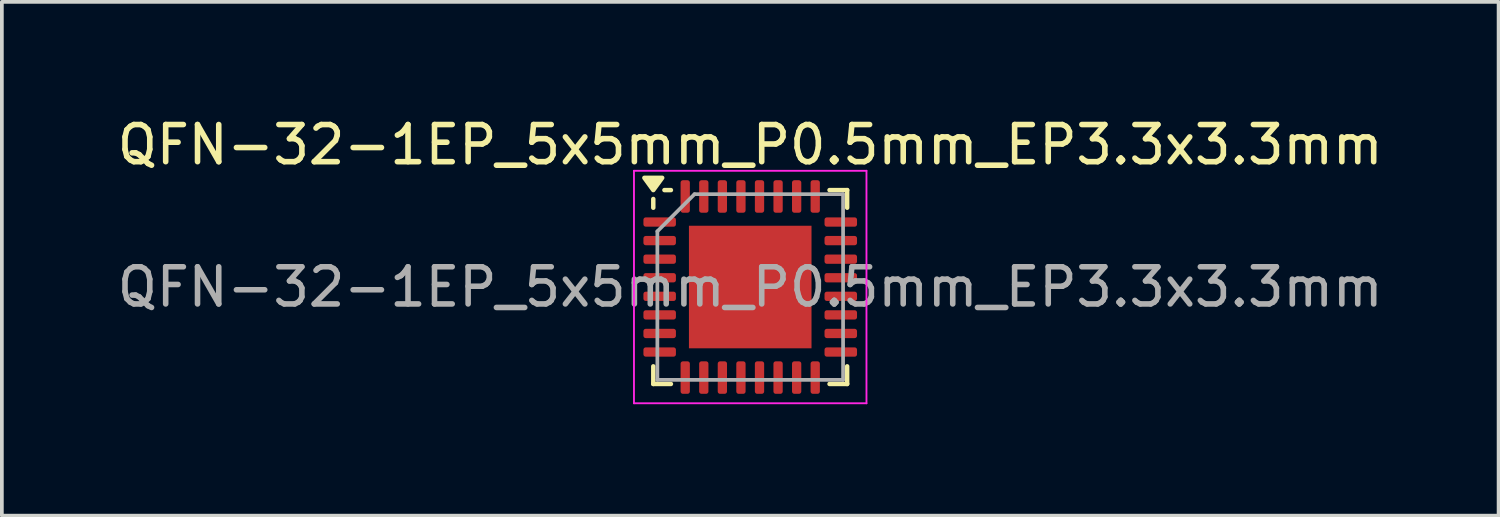
<source format=kicad_pcb>
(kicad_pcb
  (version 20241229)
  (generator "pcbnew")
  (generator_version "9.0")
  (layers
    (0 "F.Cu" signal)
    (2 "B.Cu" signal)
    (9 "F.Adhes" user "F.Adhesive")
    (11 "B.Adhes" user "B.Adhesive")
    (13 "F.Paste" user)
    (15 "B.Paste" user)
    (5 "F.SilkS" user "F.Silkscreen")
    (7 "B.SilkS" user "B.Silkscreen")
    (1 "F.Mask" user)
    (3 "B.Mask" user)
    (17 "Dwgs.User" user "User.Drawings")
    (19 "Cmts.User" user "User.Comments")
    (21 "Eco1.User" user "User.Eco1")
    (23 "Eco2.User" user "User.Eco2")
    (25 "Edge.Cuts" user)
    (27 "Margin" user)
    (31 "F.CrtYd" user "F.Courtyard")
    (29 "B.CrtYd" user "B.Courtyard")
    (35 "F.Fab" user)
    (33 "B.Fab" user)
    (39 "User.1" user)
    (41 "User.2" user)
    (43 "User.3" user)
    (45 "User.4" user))
  (footprint "QFN-32-1EP_5x5mm_P0.5mm_EP3.3x3.3mm"
    (layer "F.Cu")
    (at 17.149 4.678)
    (property "Reference" "QFN-32-1EP_5x5mm_P0.5mm_EP3.3x3.3mm" (at 0 -3.83 0) (layer "F.SilkS") (effects (font (size 1 1) (thickness 0.15))))
    (attr smd)
    (fp_line (start -2.61 -2.135) (end -2.61 -2.37) (stroke (width 0.12) (type solid)) (layer "F.SilkS"))
    (fp_line (start -2.61 2.61) (end -2.61 2.135) (stroke (width 0.12) (type solid)) (layer "F.SilkS"))
    (fp_line (start -2.135 -2.61) (end -2.31 -2.61) (stroke (width 0.12) (type solid)) (layer "F.SilkS"))
    (fp_line (start -2.135 2.61) (end -2.61 2.61) (stroke (width 0.12) (type solid)) (layer "F.SilkS"))
    (fp_line (start 2.135 -2.61) (end 2.61 -2.61) (stroke (width 0.12) (type solid)) (layer "F.SilkS"))
    (fp_line (start 2.135 2.61) (end 2.61 2.61) (stroke (width 0.12) (type solid)) (layer "F.SilkS"))
    (fp_line (start 2.61 -2.61) (end 2.61 -2.135) (stroke (width 0.12) (type solid)) (layer "F.SilkS"))
    (fp_line (start 2.61 2.61) (end 2.61 2.135) (stroke (width 0.12) (type solid)) (layer "F.SilkS"))
    (fp_poly (pts (xy -2.61 -2.61) (xy -2.85 -2.94) (xy -2.37 -2.94) (xy -2.61 -2.61)) (stroke (width 0.12) (type solid)) (fill yes) (layer "F.SilkS"))
    (fp_line (start -3.13 -3.13) (end -3.13 3.13) (stroke (width 0.05) (type solid)) (layer "F.CrtYd"))
    (fp_line (start -3.13 3.13) (end 3.13 3.13) (stroke (width 0.05) (type solid)) (layer "F.CrtYd"))
    (fp_line (start 3.13 -3.13) (end -3.13 -3.13) (stroke (width 0.05) (type solid)) (layer "F.CrtYd"))
    (fp_line (start 3.13 3.13) (end 3.13 -3.13) (stroke (width 0.05) (type solid)) (layer "F.CrtYd"))
    (fp_line (start -2.5 -1.5) (end -1.5 -2.5) (stroke (width 0.1) (type solid)) (layer "F.Fab"))
    (fp_line (start -2.5 2.5) (end -2.5 -1.5) (stroke (width 0.1) (type solid)) (layer "F.Fab"))
    (fp_line (start -1.5 -2.5) (end 2.5 -2.5) (stroke (width 0.1) (type solid)) (layer "F.Fab"))
    (fp_line (start 2.5 -2.5) (end 2.5 2.5) (stroke (width 0.1) (type solid)) (layer "F.Fab"))
    (fp_line (start 2.5 2.5) (end -2.5 2.5) (stroke (width 0.1) (type solid)) (layer "F.Fab"))
    (fp_text user "${REFERENCE}" (at 0 0 0) (layer "F.Fab") (effects (font (size 1 1) (thickness 0.15))))
    (pad "" smd roundrect (at -1.1 -1.1) (size 0.89 0.89) (layers "F.Paste") (roundrect_rratio 0.25))
    (pad "" smd roundrect (at -1.1 0) (size 0.89 0.89) (layers "F.Paste") (roundrect_rratio 0.25))
    (pad "" smd roundrect (at -1.1 1.1) (size 0.89 0.89) (layers "F.Paste") (roundrect_rratio 0.25))
    (pad "" smd roundrect (at 0 -1.1) (size 0.89 0.89) (layers "F.Paste") (roundrect_rratio 0.25))
    (pad "" smd roundrect (at 0 0) (size 0.89 0.89) (layers "F.Paste") (roundrect_rratio 0.25))
    (pad "" smd roundrect (at 0 1.1) (size 0.89 0.89) (layers "F.Paste") (roundrect_rratio 0.25))
    (pad "" smd roundrect (at 1.1 -1.1) (size 0.89 0.89) (layers "F.Paste") (roundrect_rratio 0.25))
    (pad "" smd roundrect (at 1.1 0) (size 0.89 0.89) (layers "F.Paste") (roundrect_rratio 0.25))
    (pad "" smd roundrect (at 1.1 1.1) (size 0.89 0.89) (layers "F.Paste") (roundrect_rratio 0.25))
    (pad "1" smd roundrect (at -2.438 -1.75) (size 0.875 0.25) (layers "F.Cu" "F.Mask" "F.Paste") (roundrect_rratio 0.25))
    (pad "2" smd roundrect (at -2.438 -1.25) (size 0.875 0.25) (layers "F.Cu" "F.Mask" "F.Paste") (roundrect_rratio 0.25))
    (pad "3" smd roundrect (at -2.438 -0.75) (size 0.875 0.25) (layers "F.Cu" "F.Mask" "F.Paste") (roundrect_rratio 0.25))
    (pad "4" smd roundrect (at -2.438 -0.25) (size 0.875 0.25) (layers "F.Cu" "F.Mask" "F.Paste") (roundrect_rratio 0.25))
    (pad "5" smd roundrect (at -2.438 0.25) (size 0.875 0.25) (layers "F.Cu" "F.Mask" "F.Paste") (roundrect_rratio 0.25))
    (pad "6" smd roundrect (at -2.438 0.75) (size 0.875 0.25) (layers "F.Cu" "F.Mask" "F.Paste") (roundrect_rratio 0.25))
    (pad "7" smd roundrect (at -2.438 1.25) (size 0.875 0.25) (layers "F.Cu" "F.Mask" "F.Paste") (roundrect_rratio 0.25))
    (pad "8" smd roundrect (at -2.438 1.75) (size 0.875 0.25) (layers "F.Cu" "F.Mask" "F.Paste") (roundrect_rratio 0.25))
    (pad "9" smd roundrect (at -1.75 2.438) (size 0.25 0.875) (layers "F.Cu" "F.Mask" "F.Paste") (roundrect_rratio 0.25))
    (pad "10" smd roundrect (at -1.25 2.438) (size 0.25 0.875) (layers "F.Cu" "F.Mask" "F.Paste") (roundrect_rratio 0.25))
    (pad "11" smd roundrect (at -0.75 2.438) (size 0.25 0.875) (layers "F.Cu" "F.Mask" "F.Paste") (roundrect_rratio 0.25))
    (pad "12" smd roundrect (at -0.25 2.438) (size 0.25 0.875) (layers "F.Cu" "F.Mask" "F.Paste") (roundrect_rratio 0.25))
    (pad "13" smd roundrect (at 0.25 2.438) (size 0.25 0.875) (layers "F.Cu" "F.Mask" "F.Paste") (roundrect_rratio 0.25))
    (pad "14" smd roundrect (at 0.75 2.438) (size 0.25 0.875) (layers "F.Cu" "F.Mask" "F.Paste") (roundrect_rratio 0.25))
    (pad "15" smd roundrect (at 1.25 2.438) (size 0.25 0.875) (layers "F.Cu" "F.Mask" "F.Paste") (roundrect_rratio 0.25))
    (pad "16" smd roundrect (at 1.75 2.438) (size 0.25 0.875) (layers "F.Cu" "F.Mask" "F.Paste") (roundrect_rratio 0.25))
    (pad "17" smd roundrect (at 2.438 1.75) (size 0.875 0.25) (layers "F.Cu" "F.Mask" "F.Paste") (roundrect_rratio 0.25))
    (pad "18" smd roundrect (at 2.438 1.25) (size 0.875 0.25) (layers "F.Cu" "F.Mask" "F.Paste") (roundrect_rratio 0.25))
    (pad "19" smd roundrect (at 2.438 0.75) (size 0.875 0.25) (layers "F.Cu" "F.Mask" "F.Paste") (roundrect_rratio 0.25))
    (pad "20" smd roundrect (at 2.438 0.25) (size 0.875 0.25) (layers "F.Cu" "F.Mask" "F.Paste") (roundrect_rratio 0.25))
    (pad "21" smd roundrect (at 2.438 -0.25) (size 0.875 0.25) (layers "F.Cu" "F.Mask" "F.Paste") (roundrect_rratio 0.25))
    (pad "22" smd roundrect (at 2.438 -0.75) (size 0.875 0.25) (layers "F.Cu" "F.Mask" "F.Paste") (roundrect_rratio 0.25))
    (pad "23" smd roundrect (at 2.438 -1.25) (size 0.875 0.25) (layers "F.Cu" "F.Mask" "F.Paste") (roundrect_rratio 0.25))
    (pad "24" smd roundrect (at 2.438 -1.75) (size 0.875 0.25) (layers "F.Cu" "F.Mask" "F.Paste") (roundrect_rratio 0.25))
    (pad "25" smd roundrect (at 1.75 -2.438) (size 0.25 0.875) (layers "F.Cu" "F.Mask" "F.Paste") (roundrect_rratio 0.25))
    (pad "26" smd roundrect (at 1.25 -2.438) (size 0.25 0.875) (layers "F.Cu" "F.Mask" "F.Paste") (roundrect_rratio 0.25))
    (pad "27" smd roundrect (at 0.75 -2.438) (size 0.25 0.875) (layers "F.Cu" "F.Mask" "F.Paste") (roundrect_rratio 0.25))
    (pad "28" smd roundrect (at 0.25 -2.438) (size 0.25 0.875) (layers "F.Cu" "F.Mask" "F.Paste") (roundrect_rratio 0.25))
    (pad "29" smd roundrect (at -0.25 -2.438) (size 0.25 0.875) (layers "F.Cu" "F.Mask" "F.Paste") (roundrect_rratio 0.25))
    (pad "30" smd roundrect (at -0.75 -2.438) (size 0.25 0.875) (layers "F.Cu" "F.Mask" "F.Paste") (roundrect_rratio 0.25))
    (pad "31" smd roundrect (at -1.25 -2.438) (size 0.25 0.875) (layers "F.Cu" "F.Mask" "F.Paste") (roundrect_rratio 0.25))
    (pad "32" smd roundrect (at -1.75 -2.438) (size 0.25 0.875) (layers "F.Cu" "F.Mask" "F.Paste") (roundrect_rratio 0.25))
    (pad "33" smd rect (at 0 0) (size 3.3 3.3) (property pad_prop_heatsink) (layers "F.Cu" "F.Mask")))
  (gr_rect
    (start -3 -3)
    (end 37.298 10.833)
    (stroke (width 0.1) (type default))
    (fill no)
    (layer "Edge.Cuts")))
</source>
